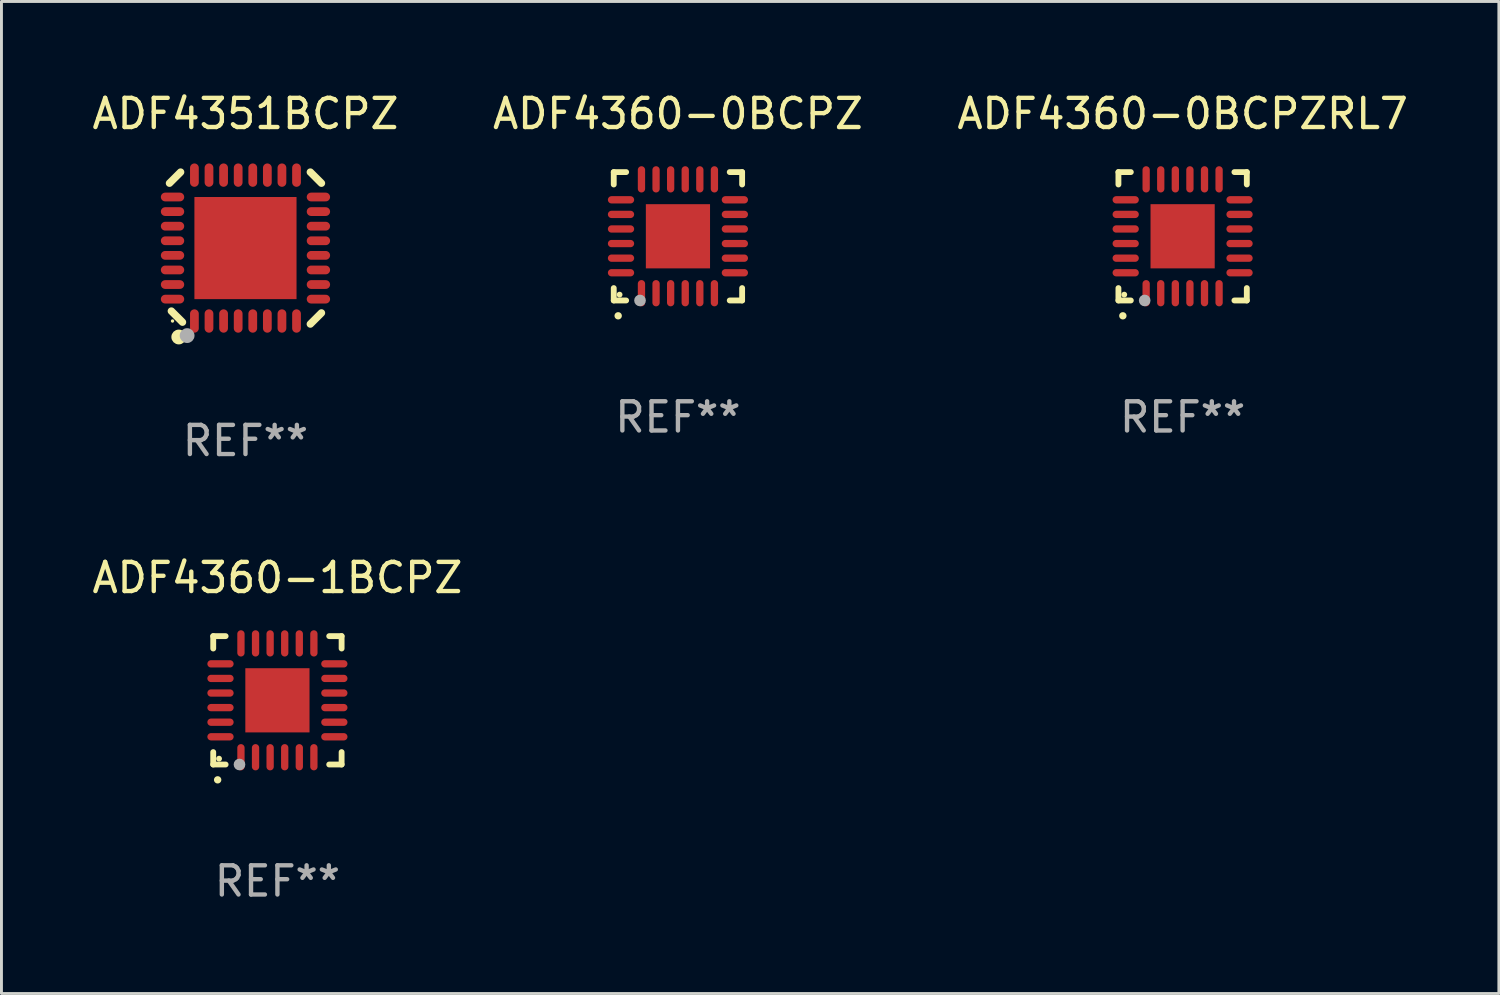
<source format=kicad_pcb>
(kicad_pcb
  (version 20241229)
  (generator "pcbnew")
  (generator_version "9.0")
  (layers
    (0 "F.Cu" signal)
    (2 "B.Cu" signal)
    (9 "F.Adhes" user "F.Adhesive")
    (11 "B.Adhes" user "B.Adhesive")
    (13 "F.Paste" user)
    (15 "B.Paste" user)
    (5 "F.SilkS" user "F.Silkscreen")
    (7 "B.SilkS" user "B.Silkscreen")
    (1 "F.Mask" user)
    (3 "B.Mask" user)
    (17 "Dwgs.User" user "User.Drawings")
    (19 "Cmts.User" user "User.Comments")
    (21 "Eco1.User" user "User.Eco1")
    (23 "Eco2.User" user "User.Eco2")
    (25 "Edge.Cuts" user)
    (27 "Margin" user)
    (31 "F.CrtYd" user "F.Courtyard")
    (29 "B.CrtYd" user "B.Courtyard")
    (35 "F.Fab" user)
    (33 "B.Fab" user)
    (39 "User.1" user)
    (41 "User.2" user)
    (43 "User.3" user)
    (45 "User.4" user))
  (footprint "ADF4360-0BCPZ"
    (layer "F.Cu")
    (at 20.185 5.048)
    (property "Reference" "ADF4360-0BCPZ" (at 0 -4.2 0) (layer "F.SilkS") (effects (font (size 1 1) (thickness 0.15))))
    (attr through_hole)
    (fp_line (start -2.2 -2.2) (end -2.2 -1.775) (stroke (width 0.2) (type solid)) (layer "F.SilkS"))
    (fp_line (start -2.2 2.2) (end -2.2 1.775) (stroke (width 0.2) (type solid)) (layer "F.SilkS"))
    (fp_line (start -1.775 -2.2) (end -2.2 -2.2) (stroke (width 0.2) (type solid)) (layer "F.SilkS"))
    (fp_line (start -1.775 2.2) (end -2.2 2.2) (stroke (width 0.2) (type solid)) (layer "F.SilkS"))
    (fp_line (start 2.2 -2.2) (end 1.775 -2.2) (stroke (width 0.2) (type solid)) (layer "F.SilkS"))
    (fp_line (start 2.2 -1.775) (end 2.2 -2.2) (stroke (width 0.2) (type solid)) (layer "F.SilkS"))
    (fp_line (start 2.2 1.775) (end 2.2 2.2) (stroke (width 0.2) (type solid)) (layer "F.SilkS"))
    (fp_line (start 2.2 2.2) (end 1.775 2.2) (stroke (width 0.2) (type solid)) (layer "F.SilkS"))
    (fp_arc (start -2.049784 2.725425) (mid -2.048514 2.725419) (end -2.047244 2.725425) (stroke (width 0.25) (type solid)) (layer "F.SilkS"))
    (fp_circle (center -2 2) (end -1.95 2) (stroke (width 0.1) (type solid)) (fill no) (layer "F.SilkS"))
    (fp_circle (center -1.3 2.2) (end -1.2 2.2) (stroke (width 0.2) (type solid)) (fill no) (layer "F.Fab"))
    (fp_text user "REF**" (at 0 6.2 0) (layer "F.Fab") (effects (font (size 1 1) (thickness 0.15))))
    (pad "1" smd oval (at -1.25 1.951) (size 0.25 0.9) (layers "F.Cu" "F.Mask" "F.Paste"))
    (pad "2" smd oval (at -0.75 1.951) (size 0.25 0.9) (layers "F.Cu" "F.Mask" "F.Paste"))
    (pad "3" smd oval (at -0.25 1.951) (size 0.25 0.9) (layers "F.Cu" "F.Mask" "F.Paste"))
    (pad "4" smd oval (at 0.25 1.951) (size 0.25 0.9) (layers "F.Cu" "F.Mask" "F.Paste"))
    (pad "5" smd oval (at 0.75 1.951) (size 0.25 0.9) (layers "F.Cu" "F.Mask" "F.Paste"))
    (pad "6" smd oval (at 1.25 1.951) (size 0.25 0.9) (layers "F.Cu" "F.Mask" "F.Paste"))
    (pad "7" smd oval (at 1.951 1.25) (size 0.9 0.25) (layers "F.Cu" "F.Mask" "F.Paste"))
    (pad "8" smd oval (at 1.951 0.75) (size 0.9 0.25) (layers "F.Cu" "F.Mask" "F.Paste"))
    (pad "9" smd oval (at 1.951 0.25) (size 0.9 0.25) (layers "F.Cu" "F.Mask" "F.Paste"))
    (pad "10" smd oval (at 1.951 -0.25) (size 0.9 0.25) (layers "F.Cu" "F.Mask" "F.Paste"))
    (pad "11" smd oval (at 1.951 -0.75) (size 0.9 0.25) (layers "F.Cu" "F.Mask" "F.Paste"))
    (pad "12" smd oval (at 1.951 -1.25) (size 0.9 0.25) (layers "F.Cu" "F.Mask" "F.Paste"))
    (pad "13" smd oval (at 1.25 -1.951) (size 0.25 0.9) (layers "F.Cu" "F.Mask" "F.Paste"))
    (pad "14" smd oval (at 0.75 -1.951) (size 0.25 0.9) (layers "F.Cu" "F.Mask" "F.Paste"))
    (pad "15" smd oval (at 0.25 -1.951) (size 0.25 0.9) (layers "F.Cu" "F.Mask" "F.Paste"))
    (pad "16" smd oval (at -0.25 -1.951) (size 0.25 0.9) (layers "F.Cu" "F.Mask" "F.Paste"))
    (pad "17" smd oval (at -0.75 -1.951) (size 0.25 0.9) (layers "F.Cu" "F.Mask" "F.Paste"))
    (pad "18" smd oval (at -1.25 -1.951) (size 0.25 0.9) (layers "F.Cu" "F.Mask" "F.Paste"))
    (pad "19" smd oval (at -1.951 -1.25) (size 0.9 0.25) (layers "F.Cu" "F.Mask" "F.Paste"))
    (pad "20" smd oval (at -1.951 -0.75) (size 0.9 0.25) (layers "F.Cu" "F.Mask" "F.Paste"))
    (pad "21" smd oval (at -1.951 -0.25) (size 0.9 0.25) (layers "F.Cu" "F.Mask" "F.Paste"))
    (pad "22" smd oval (at -1.951 0.25) (size 0.9 0.25) (layers "F.Cu" "F.Mask" "F.Paste"))
    (pad "23" smd oval (at -1.951 0.75) (size 0.9 0.25) (layers "F.Cu" "F.Mask" "F.Paste"))
    (pad "24" smd oval (at -1.951 1.25) (size 0.9 0.25) (layers "F.Cu" "F.Mask" "F.Paste"))
    (pad "25" smd rect (at 0.000076 0) (size 2.2 2.2) (layers "F.Cu" "F.Mask" "F.Paste")))
  (footprint "ADF4360-0BCPZRL7"
    (layer "F.Cu")
    (at 37.482 5.048)
    (property "Reference" "ADF4360-0BCPZRL7" (at 0 -4.2 0) (layer "F.SilkS") (effects (font (size 1 1) (thickness 0.15))))
    (attr through_hole)
    (fp_line (start -2.2 -2.2) (end -2.2 -1.775) (stroke (width 0.2) (type solid)) (layer "F.SilkS"))
    (fp_line (start -2.2 2.2) (end -2.2 1.775) (stroke (width 0.2) (type solid)) (layer "F.SilkS"))
    (fp_line (start -1.775 -2.2) (end -2.2 -2.2) (stroke (width 0.2) (type solid)) (layer "F.SilkS"))
    (fp_line (start -1.775 2.2) (end -2.2 2.2) (stroke (width 0.2) (type solid)) (layer "F.SilkS"))
    (fp_line (start 2.2 -2.2) (end 1.775 -2.2) (stroke (width 0.2) (type solid)) (layer "F.SilkS"))
    (fp_line (start 2.2 -1.775) (end 2.2 -2.2) (stroke (width 0.2) (type solid)) (layer "F.SilkS"))
    (fp_line (start 2.2 1.775) (end 2.2 2.2) (stroke (width 0.2) (type solid)) (layer "F.SilkS"))
    (fp_line (start 2.2 2.2) (end 1.775 2.2) (stroke (width 0.2) (type solid)) (layer "F.SilkS"))
    (fp_arc (start -2.049784 2.725425) (mid -2.048514 2.725419) (end -2.047244 2.725425) (stroke (width 0.25) (type solid)) (layer "F.SilkS"))
    (fp_circle (center -2 2) (end -1.95 2) (stroke (width 0.1) (type solid)) (fill no) (layer "F.SilkS"))
    (fp_circle (center -1.3 2.2) (end -1.2 2.2) (stroke (width 0.2) (type solid)) (fill no) (layer "F.Fab"))
    (fp_text user "REF**" (at 0 6.2 0) (layer "F.Fab") (effects (font (size 1 1) (thickness 0.15))))
    (pad "1" smd oval (at -1.25 1.951) (size 0.25 0.9) (layers "F.Cu" "F.Mask" "F.Paste"))
    (pad "2" smd oval (at -0.75 1.951) (size 0.25 0.9) (layers "F.Cu" "F.Mask" "F.Paste"))
    (pad "3" smd oval (at -0.25 1.951) (size 0.25 0.9) (layers "F.Cu" "F.Mask" "F.Paste"))
    (pad "4" smd oval (at 0.25 1.951) (size 0.25 0.9) (layers "F.Cu" "F.Mask" "F.Paste"))
    (pad "5" smd oval (at 0.75 1.951) (size 0.25 0.9) (layers "F.Cu" "F.Mask" "F.Paste"))
    (pad "6" smd oval (at 1.25 1.951) (size 0.25 0.9) (layers "F.Cu" "F.Mask" "F.Paste"))
    (pad "7" smd oval (at 1.951 1.25) (size 0.9 0.25) (layers "F.Cu" "F.Mask" "F.Paste"))
    (pad "8" smd oval (at 1.951 0.75) (size 0.9 0.25) (layers "F.Cu" "F.Mask" "F.Paste"))
    (pad "9" smd oval (at 1.951 0.25) (size 0.9 0.25) (layers "F.Cu" "F.Mask" "F.Paste"))
    (pad "10" smd oval (at 1.951 -0.25) (size 0.9 0.25) (layers "F.Cu" "F.Mask" "F.Paste"))
    (pad "11" smd oval (at 1.951 -0.75) (size 0.9 0.25) (layers "F.Cu" "F.Mask" "F.Paste"))
    (pad "12" smd oval (at 1.951 -1.25) (size 0.9 0.25) (layers "F.Cu" "F.Mask" "F.Paste"))
    (pad "13" smd oval (at 1.25 -1.951) (size 0.25 0.9) (layers "F.Cu" "F.Mask" "F.Paste"))
    (pad "14" smd oval (at 0.75 -1.951) (size 0.25 0.9) (layers "F.Cu" "F.Mask" "F.Paste"))
    (pad "15" smd oval (at 0.25 -1.951) (size 0.25 0.9) (layers "F.Cu" "F.Mask" "F.Paste"))
    (pad "16" smd oval (at -0.25 -1.951) (size 0.25 0.9) (layers "F.Cu" "F.Mask" "F.Paste"))
    (pad "17" smd oval (at -0.75 -1.951) (size 0.25 0.9) (layers "F.Cu" "F.Mask" "F.Paste"))
    (pad "18" smd oval (at -1.25 -1.951) (size 0.25 0.9) (layers "F.Cu" "F.Mask" "F.Paste"))
    (pad "19" smd oval (at -1.951 -1.25) (size 0.9 0.25) (layers "F.Cu" "F.Mask" "F.Paste"))
    (pad "20" smd oval (at -1.951 -0.75) (size 0.9 0.25) (layers "F.Cu" "F.Mask" "F.Paste"))
    (pad "21" smd oval (at -1.951 -0.25) (size 0.9 0.25) (layers "F.Cu" "F.Mask" "F.Paste"))
    (pad "22" smd oval (at -1.951 0.25) (size 0.9 0.25) (layers "F.Cu" "F.Mask" "F.Paste"))
    (pad "23" smd oval (at -1.951 0.75) (size 0.9 0.25) (layers "F.Cu" "F.Mask" "F.Paste"))
    (pad "24" smd oval (at -1.951 1.25) (size 0.9 0.25) (layers "F.Cu" "F.Mask" "F.Paste"))
    (pad "25" smd rect (at 0.000076 0) (size 2.2 2.2) (layers "F.Cu" "F.Mask" "F.Paste")))
  (footprint "ADF4360-1BCPZ"
    (layer "F.Cu")
    (at 6.458 20.952)
    (property "Reference" "ADF4360-1BCPZ" (at 0 -4.2 0) (layer "F.SilkS") (effects (font (size 1 1) (thickness 0.15))))
    (attr through_hole)
    (fp_line (start -2.2 -2.2) (end -2.2 -1.775) (stroke (width 0.2) (type solid)) (layer "F.SilkS"))
    (fp_line (start -2.2 2.2) (end -2.2 1.775) (stroke (width 0.2) (type solid)) (layer "F.SilkS"))
    (fp_line (start -1.775 -2.2) (end -2.2 -2.2) (stroke (width 0.2) (type solid)) (layer "F.SilkS"))
    (fp_line (start -1.775 2.2) (end -2.2 2.2) (stroke (width 0.2) (type solid)) (layer "F.SilkS"))
    (fp_line (start 2.2 -2.2) (end 1.775 -2.2) (stroke (width 0.2) (type solid)) (layer "F.SilkS"))
    (fp_line (start 2.2 -1.775) (end 2.2 -2.2) (stroke (width 0.2) (type solid)) (layer "F.SilkS"))
    (fp_line (start 2.2 1.775) (end 2.2 2.2) (stroke (width 0.2) (type solid)) (layer "F.SilkS"))
    (fp_line (start 2.2 2.2) (end 1.775 2.2) (stroke (width 0.2) (type solid)) (layer "F.SilkS"))
    (fp_arc (start -2.049784 2.725425) (mid -2.048514 2.725419) (end -2.047244 2.725425) (stroke (width 0.25) (type solid)) (layer "F.SilkS"))
    (fp_circle (center -2 2) (end -1.95 2) (stroke (width 0.1) (type solid)) (fill no) (layer "F.SilkS"))
    (fp_circle (center -1.3 2.2) (end -1.2 2.2) (stroke (width 0.2) (type solid)) (fill no) (layer "F.Fab"))
    (fp_text user "REF**" (at 0 6.2 0) (layer "F.Fab") (effects (font (size 1 1) (thickness 0.15))))
    (pad "1" smd oval (at -1.25 1.951) (size 0.25 0.9) (layers "F.Cu" "F.Mask" "F.Paste"))
    (pad "2" smd oval (at -0.75 1.951) (size 0.25 0.9) (layers "F.Cu" "F.Mask" "F.Paste"))
    (pad "3" smd oval (at -0.25 1.951) (size 0.25 0.9) (layers "F.Cu" "F.Mask" "F.Paste"))
    (pad "4" smd oval (at 0.25 1.951) (size 0.25 0.9) (layers "F.Cu" "F.Mask" "F.Paste"))
    (pad "5" smd oval (at 0.75 1.951) (size 0.25 0.9) (layers "F.Cu" "F.Mask" "F.Paste"))
    (pad "6" smd oval (at 1.25 1.951) (size 0.25 0.9) (layers "F.Cu" "F.Mask" "F.Paste"))
    (pad "7" smd oval (at 1.951 1.25) (size 0.9 0.25) (layers "F.Cu" "F.Mask" "F.Paste"))
    (pad "8" smd oval (at 1.951 0.75) (size 0.9 0.25) (layers "F.Cu" "F.Mask" "F.Paste"))
    (pad "9" smd oval (at 1.951 0.25) (size 0.9 0.25) (layers "F.Cu" "F.Mask" "F.Paste"))
    (pad "10" smd oval (at 1.951 -0.25) (size 0.9 0.25) (layers "F.Cu" "F.Mask" "F.Paste"))
    (pad "11" smd oval (at 1.951 -0.75) (size 0.9 0.25) (layers "F.Cu" "F.Mask" "F.Paste"))
    (pad "12" smd oval (at 1.951 -1.25) (size 0.9 0.25) (layers "F.Cu" "F.Mask" "F.Paste"))
    (pad "13" smd oval (at 1.25 -1.951) (size 0.25 0.9) (layers "F.Cu" "F.Mask" "F.Paste"))
    (pad "14" smd oval (at 0.75 -1.951) (size 0.25 0.9) (layers "F.Cu" "F.Mask" "F.Paste"))
    (pad "15" smd oval (at 0.25 -1.951) (size 0.25 0.9) (layers "F.Cu" "F.Mask" "F.Paste"))
    (pad "16" smd oval (at -0.25 -1.951) (size 0.25 0.9) (layers "F.Cu" "F.Mask" "F.Paste"))
    (pad "17" smd oval (at -0.75 -1.951) (size 0.25 0.9) (layers "F.Cu" "F.Mask" "F.Paste"))
    (pad "18" smd oval (at -1.25 -1.951) (size 0.25 0.9) (layers "F.Cu" "F.Mask" "F.Paste"))
    (pad "19" smd oval (at -1.951 -1.25) (size 0.9 0.25) (layers "F.Cu" "F.Mask" "F.Paste"))
    (pad "20" smd oval (at -1.951 -0.75) (size 0.9 0.25) (layers "F.Cu" "F.Mask" "F.Paste"))
    (pad "21" smd oval (at -1.951 -0.25) (size 0.9 0.25) (layers "F.Cu" "F.Mask" "F.Paste"))
    (pad "22" smd oval (at -1.951 0.25) (size 0.9 0.25) (layers "F.Cu" "F.Mask" "F.Paste"))
    (pad "23" smd oval (at -1.951 0.75) (size 0.9 0.25) (layers "F.Cu" "F.Mask" "F.Paste"))
    (pad "24" smd oval (at -1.951 1.25) (size 0.9 0.25) (layers "F.Cu" "F.Mask" "F.Paste"))
    (pad "25" smd rect (at 0.000076 0) (size 2.2 2.2) (layers "F.Cu" "F.Mask" "F.Paste")))
  (footprint "ADF4351BCPZ"
    (layer "F.Cu")
    (at 5.363 5.452)
    (property "Reference" "ADF4351BCPZ" (at 0 -4.604 0) (layer "F.SilkS") (effects (font (size 1 1) (thickness 0.15))))
    (attr through_hole)
    (fp_line (start -2.54 2.159) (end -2.159 2.54) (stroke (width 0.254) (type solid)) (layer "F.SilkS"))
    (fp_line (start -2.223 -2.604) (end -2.604 -2.223) (stroke (width 0.254) (type solid)) (layer "F.SilkS"))
    (fp_line (start 2.223 -2.604) (end 2.604 -2.223) (stroke (width 0.254) (type solid)) (layer "F.SilkS"))
    (fp_line (start 2.604 2.223) (end 2.223 2.604) (stroke (width 0.254) (type solid)) (layer "F.SilkS"))
    (fp_circle (center -2.5 2.5) (end -2.47 2.5) (stroke (width 0.06) (type solid)) (fill no) (layer "F.SilkS"))
    (fp_circle (center -2.286 3.048) (end -2.159 3.048) (stroke (width 0.254) (type solid)) (fill no) (layer "F.SilkS"))
    (fp_circle (center -2 3) (end -1.873 3) (stroke (width 0.254) (type solid)) (fill no) (layer "F.Fab"))
    (fp_text user "REF**" (at 0 6.604 0) (layer "F.Fab") (effects (font (size 1 1) (thickness 0.15))))
    (pad "1" smd oval (at -1.75 2.5 90) (size 0.8 0.3) (layers "F.Cu" "F.Mask" "F.Paste"))
    (pad "2" smd oval (at -1.25 2.5 90) (size 0.8 0.3) (layers "F.Cu" "F.Mask" "F.Paste"))
    (pad "3" smd oval (at -0.75 2.5 90) (size 0.8 0.3) (layers "F.Cu" "F.Mask" "F.Paste"))
    (pad "4" smd oval (at -0.25 2.5 90) (size 0.8 0.3) (layers "F.Cu" "F.Mask" "F.Paste"))
    (pad "5" smd oval (at 0.25 2.5 90) (size 0.8 0.3) (layers "F.Cu" "F.Mask" "F.Paste"))
    (pad "6" smd oval (at 0.75 2.5 90) (size 0.8 0.3) (layers "F.Cu" "F.Mask" "F.Paste"))
    (pad "7" smd oval (at 1.25 2.5 90) (size 0.8 0.3) (layers "F.Cu" "F.Mask" "F.Paste"))
    (pad "8" smd oval (at 1.75 2.5 90) (size 0.8 0.3) (layers "F.Cu" "F.Mask" "F.Paste"))
    (pad "9" smd oval (at 2.5 1.75 180) (size 0.8 0.3) (layers "F.Cu" "F.Mask" "F.Paste"))
    (pad "10" smd oval (at 2.5 1.25 180) (size 0.8 0.3) (layers "F.Cu" "F.Mask" "F.Paste"))
    (pad "11" smd oval (at 2.5 0.75 180) (size 0.8 0.3) (layers "F.Cu" "F.Mask" "F.Paste"))
    (pad "12" smd oval (at 2.5 0.25 180) (size 0.8 0.3) (layers "F.Cu" "F.Mask" "F.Paste"))
    (pad "13" smd oval (at 2.5 -0.25 180) (size 0.8 0.3) (layers "F.Cu" "F.Mask" "F.Paste"))
    (pad "14" smd oval (at 2.5 -0.75 180) (size 0.8 0.3) (layers "F.Cu" "F.Mask" "F.Paste"))
    (pad "15" smd oval (at 2.5 -1.25 180) (size 0.8 0.3) (layers "F.Cu" "F.Mask" "F.Paste"))
    (pad "16" smd oval (at 2.5 -1.75 180) (size 0.8 0.3) (layers "F.Cu" "F.Mask" "F.Paste"))
    (pad "17" smd oval (at 1.75 -2.5 270) (size 0.8 0.3) (layers "F.Cu" "F.Mask" "F.Paste"))
    (pad "18" smd oval (at 1.25 -2.5 270) (size 0.8 0.3) (layers "F.Cu" "F.Mask" "F.Paste"))
    (pad "19" smd oval (at 0.75 -2.5 270) (size 0.8 0.3) (layers "F.Cu" "F.Mask" "F.Paste"))
    (pad "20" smd oval (at 0.25 -2.5 270) (size 0.8 0.3) (layers "F.Cu" "F.Mask" "F.Paste"))
    (pad "21" smd oval (at -0.25 -2.5 270) (size 0.8 0.3) (layers "F.Cu" "F.Mask" "F.Paste"))
    (pad "22" smd oval (at -0.75 -2.5 270) (size 0.8 0.3) (layers "F.Cu" "F.Mask" "F.Paste"))
    (pad "23" smd oval (at -1.25 -2.5 270) (size 0.8 0.3) (layers "F.Cu" "F.Mask" "F.Paste"))
    (pad "24" smd oval (at -1.75 -2.5 270) (size 0.8 0.3) (layers "F.Cu" "F.Mask" "F.Paste"))
    (pad "25" smd oval (at -2.5 -1.75) (size 0.8 0.3) (layers "F.Cu" "F.Mask" "F.Paste"))
    (pad "26" smd oval (at -2.5 -1.25) (size 0.8 0.3) (layers "F.Cu" "F.Mask" "F.Paste"))
    (pad "27" smd oval (at -2.5 -0.75) (size 0.8 0.3) (layers "F.Cu" "F.Mask" "F.Paste"))
    (pad "28" smd oval (at -2.5 -0.25) (size 0.8 0.3) (layers "F.Cu" "F.Mask" "F.Paste"))
    (pad "29" smd oval (at -2.5 0.25) (size 0.8 0.3) (layers "F.Cu" "F.Mask" "F.Paste"))
    (pad "30" smd oval (at -2.5 0.75) (size 0.8 0.3) (layers "F.Cu" "F.Mask" "F.Paste"))
    (pad "31" smd oval (at -2.5 1.25) (size 0.8 0.3) (layers "F.Cu" "F.Mask" "F.Paste"))
    (pad "32" smd oval (at -2.5 1.75) (size 0.8 0.3) (layers "F.Cu" "F.Mask" "F.Paste"))
    (pad "33" smd rect (at 0 -0.000025 90) (size 3.5 3.5) (layers "F.Cu" "F.Mask" "F.Paste")))
  (gr_rect
    (start -3 -3)
    (end 48.321 31)
    (stroke (width 0.1) (type default))
    (fill no)
    (layer "Edge.Cuts")))
</source>
